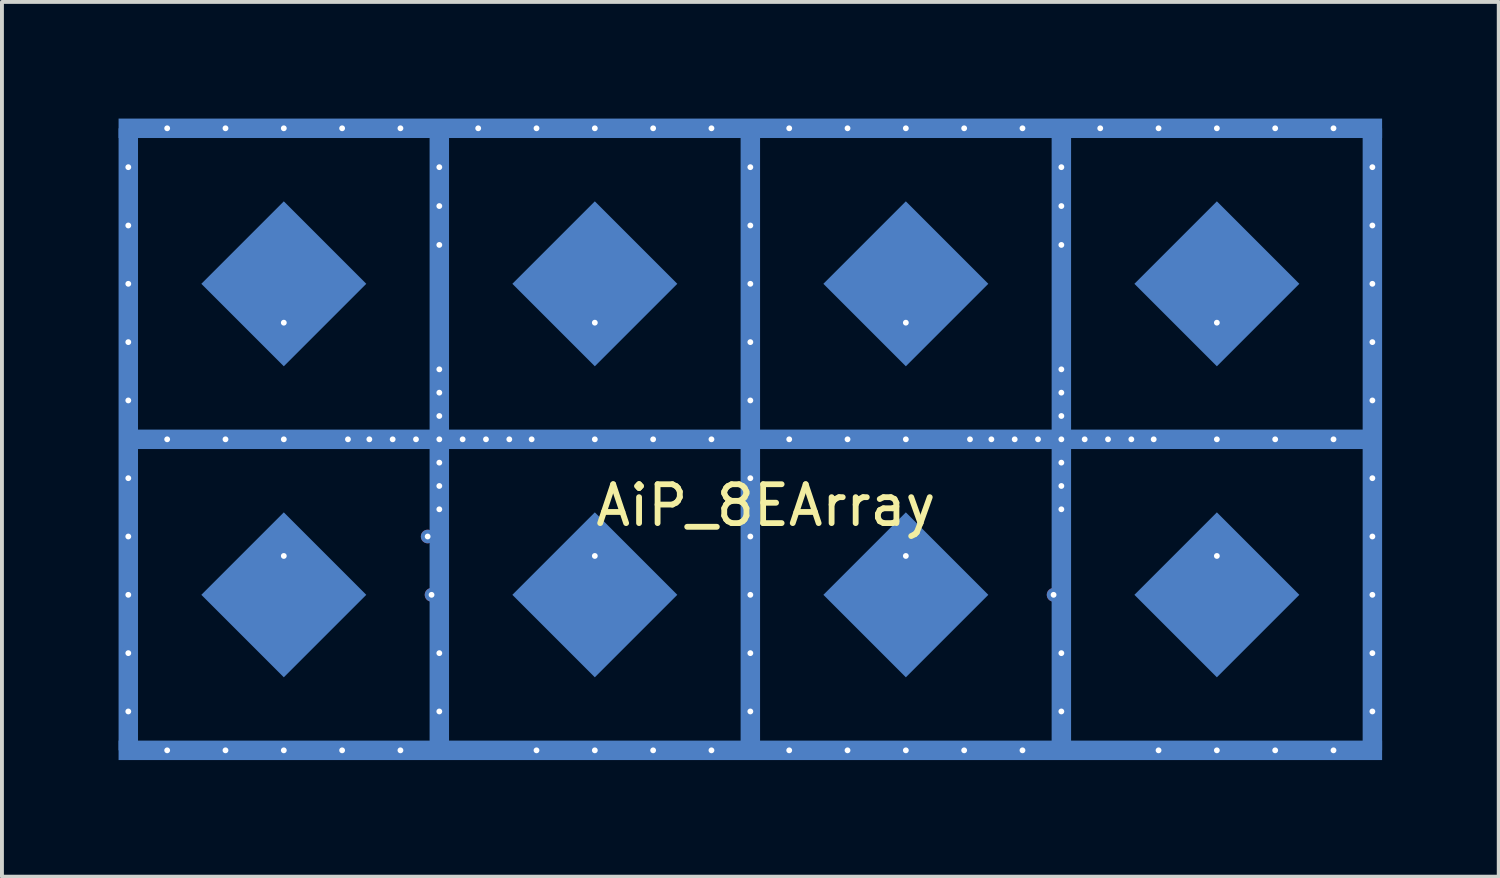
<source format=kicad_pcb>
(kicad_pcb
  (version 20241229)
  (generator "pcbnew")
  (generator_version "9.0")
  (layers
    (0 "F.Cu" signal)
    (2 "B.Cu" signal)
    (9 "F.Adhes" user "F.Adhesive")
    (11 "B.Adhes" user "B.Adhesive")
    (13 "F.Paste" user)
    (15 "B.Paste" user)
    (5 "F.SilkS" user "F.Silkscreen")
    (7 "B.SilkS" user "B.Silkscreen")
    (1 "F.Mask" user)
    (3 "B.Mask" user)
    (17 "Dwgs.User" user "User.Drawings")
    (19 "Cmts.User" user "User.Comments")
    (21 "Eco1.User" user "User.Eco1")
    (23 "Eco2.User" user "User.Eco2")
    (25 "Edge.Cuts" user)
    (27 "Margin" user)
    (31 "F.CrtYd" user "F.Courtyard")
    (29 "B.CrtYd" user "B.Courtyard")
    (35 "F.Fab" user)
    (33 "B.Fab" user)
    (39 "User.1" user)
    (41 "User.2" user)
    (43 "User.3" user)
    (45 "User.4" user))
  (footprint "AiP_8EArray"
    (layer "F.Cu")
    (at 8.25 8.25)
    (property "Reference" "AiP_8EArray" (at 8.4 1.7 0) (layer "F.SilkS") (effects (font (size 1 1) (thickness 0.15))))
    (attr through_hole)
    (pad "2" thru_hole circle (at -8 -7) (size 0.35 0.35) (drill 0.15) (layers "*.Cu" "*.Mask"))
    (pad "2" thru_hole circle (at -8 -5.5) (size 0.35 0.35) (drill 0.15) (layers "*.Cu" "*.Mask"))
    (pad "2" thru_hole circle (at -8 -4) (size 0.35 0.35) (drill 0.15) (layers "*.Cu" "*.Mask"))
    (pad "2" thru_hole circle (at -8 -2.5) (size 0.35 0.35) (drill 0.15) (layers "*.Cu" "*.Mask"))
    (pad "2" thru_hole circle (at -8 -1) (size 0.35 0.35) (drill 0.15) (layers "*.Cu" "*.Mask"))
    (pad "2" smd rect (at -8 0) (size 0.5 16) (layers "B.Cu"))
    (pad "2" thru_hole circle (at -8 1) (size 0.35 0.35) (drill 0.15) (layers "*.Cu" "*.Mask"))
    (pad "2" thru_hole circle (at -8 2.5) (size 0.35 0.35) (drill 0.15) (layers "*.Cu" "*.Mask"))
    (pad "2" thru_hole circle (at -8 4) (size 0.35 0.35) (drill 0.15) (layers "*.Cu" "*.Mask"))
    (pad "2" thru_hole circle (at -8 5.5) (size 0.35 0.35) (drill 0.15) (layers "*.Cu" "*.Mask"))
    (pad "2" thru_hole circle (at -8 7) (size 0.35 0.35) (drill 0.15) (layers "*.Cu" "*.Mask"))
    (pad "2" thru_hole circle (at -7 -8) (size 0.35 0.35) (drill 0.15) (layers "*.Cu" "*.Mask"))
    (pad "2" thru_hole circle (at -7 0) (size 0.35 0.35) (drill 0.15) (layers "*.Cu" "*.Mask"))
    (pad "2" thru_hole circle (at -7 8) (size 0.35 0.35) (drill 0.15) (layers "*.Cu" "*.Mask"))
    (pad "2" thru_hole circle (at -5.5 -8) (size 0.35 0.35) (drill 0.15) (layers "*.Cu" "*.Mask"))
    (pad "2" thru_hole circle (at -5.5 0) (size 0.35 0.35) (drill 0.15) (layers "*.Cu" "*.Mask"))
    (pad "2" thru_hole circle (at -5.5 8) (size 0.35 0.35) (drill 0.15) (layers "*.Cu" "*.Mask"))
    (pad "2" thru_hole circle (at -4 -8) (size 0.35 0.35) (drill 0.15) (layers "*.Cu" "*.Mask"))
    (pad "2" thru_hole circle (at -4 0) (size 0.35 0.35) (drill 0.15) (layers "*.Cu" "*.Mask"))
    (pad "2" thru_hole circle (at -4 8) (size 0.35 0.35) (drill 0.15) (layers "*.Cu" "*.Mask"))
    (pad "2" thru_hole circle (at -2.5 -8) (size 0.35 0.35) (drill 0.15) (layers "*.Cu" "*.Mask"))
    (pad "2" thru_hole circle (at -2.5 8) (size 0.35 0.35) (drill 0.15) (layers "*.Cu" "*.Mask"))
    (pad "2" thru_hole circle (at -2.35 0) (size 0.35 0.35) (drill 0.15) (layers "*.Cu" "*.Mask"))
    (pad "2" thru_hole circle (at -1.8 0) (size 0.35 0.35) (drill 0.15) (layers "*.Cu" "*.Mask"))
    (pad "2" thru_hole circle (at -1.2 0) (size 0.35 0.35) (drill 0.15) (layers "*.Cu" "*.Mask"))
    (pad "2" thru_hole circle (at -1 -8) (size 0.35 0.35) (drill 0.15) (layers "*.Cu" "*.Mask"))
    (pad "2" thru_hole circle (at -1 8) (size 0.35 0.35) (drill 0.15) (layers "*.Cu" "*.Mask"))
    (pad "2" thru_hole circle (at -0.6 0) (size 0.35 0.35) (drill 0.15) (layers "*.Cu" "*.Mask"))
    (pad "2" thru_hole circle (at -0.3 2.5) (size 0.35 0.35) (drill 0.15) (layers "*.Cu" "*.Mask"))
    (pad "2" thru_hole circle (at -0.2 4) (size 0.35 0.35) (drill 0.15) (layers "*.Cu" "*.Mask"))
    (pad "2" thru_hole circle (at 0 -7) (size 0.35 0.35) (drill 0.15) (layers "*.Cu" "*.Mask"))
    (pad "2" thru_hole circle (at 0 -6) (size 0.35 0.35) (drill 0.15) (layers "*.Cu" "*.Mask"))
    (pad "2" thru_hole circle (at 0 -5) (size 0.35 0.35) (drill 0.15) (layers "*.Cu" "*.Mask"))
    (pad "2" thru_hole circle (at 0 -1.8) (size 0.35 0.35) (drill 0.15) (layers "*.Cu" "*.Mask"))
    (pad "2" thru_hole circle (at 0 -1.2) (size 0.35 0.35) (drill 0.15) (layers "*.Cu" "*.Mask"))
    (pad "2" thru_hole circle (at 0 -0.6) (size 0.35 0.35) (drill 0.15) (layers "*.Cu" "*.Mask"))
    (pad "2" thru_hole circle (at 0 0) (size 0.35 0.35) (drill 0.15) (layers "*.Cu" "*.Mask"))
    (pad "2" smd rect (at 0 0) (size 0.5 16) (layers "B.Cu"))
    (pad "2" thru_hole circle (at 0 0.6) (size 0.35 0.35) (drill 0.15) (layers "*.Cu" "*.Mask"))
    (pad "2" thru_hole circle (at 0 1.2) (size 0.35 0.35) (drill 0.15) (layers "*.Cu" "*.Mask"))
    (pad "2" thru_hole circle (at 0 1.8) (size 0.35 0.35) (drill 0.15) (layers "*.Cu" "*.Mask"))
    (pad "2" thru_hole circle (at 0 5.5) (size 0.35 0.35) (drill 0.15) (layers "*.Cu" "*.Mask"))
    (pad "2" thru_hole circle (at 0 7) (size 0.35 0.35) (drill 0.15) (layers "*.Cu" "*.Mask"))
    (pad "2" thru_hole circle (at 0.6 0) (size 0.35 0.35) (drill 0.15) (layers "*.Cu" "*.Mask"))
    (pad "2" thru_hole circle (at 1 -8) (size 0.35 0.35) (drill 0.15) (layers "*.Cu" "*.Mask"))
    (pad "2" thru_hole circle (at 1.2 0) (size 0.35 0.35) (drill 0.15) (layers "*.Cu" "*.Mask"))
    (pad "2" thru_hole circle (at 1.8 0) (size 0.35 0.35) (drill 0.15) (layers "*.Cu" "*.Mask"))
    (pad "2" thru_hole circle (at 2.375 0) (size 0.35 0.35) (drill 0.15) (layers "*.Cu" "*.Mask"))
    (pad "2" thru_hole circle (at 2.5 -8) (size 0.35 0.35) (drill 0.15) (layers "*.Cu" "*.Mask"))
    (pad "2" thru_hole circle (at 2.5 8) (size 0.35 0.35) (drill 0.15) (layers "*.Cu" "*.Mask"))
    (pad "2" thru_hole circle (at 4 -8) (size 0.35 0.35) (drill 0.15) (layers "*.Cu" "*.Mask"))
    (pad "2" thru_hole circle (at 4 0) (size 0.35 0.35) (drill 0.15) (layers "*.Cu" "*.Mask"))
    (pad "2" thru_hole circle (at 4 8) (size 0.35 0.35) (drill 0.15) (layers "*.Cu" "*.Mask"))
    (pad "2" thru_hole circle (at 5.5 -8) (size 0.35 0.35) (drill 0.15) (layers "*.Cu" "*.Mask"))
    (pad "2" thru_hole circle (at 5.5 0) (size 0.35 0.35) (drill 0.15) (layers "*.Cu" "*.Mask"))
    (pad "2" thru_hole circle (at 5.5 8) (size 0.35 0.35) (drill 0.15) (layers "*.Cu" "*.Mask"))
    (pad "2" thru_hole circle (at 7 -8) (size 0.35 0.35) (drill 0.15) (layers "*.Cu" "*.Mask"))
    (pad "2" thru_hole circle (at 7 0) (size 0.35 0.35) (drill 0.15) (layers "*.Cu" "*.Mask"))
    (pad "2" thru_hole circle (at 7 8) (size 0.35 0.35) (drill 0.15) (layers "*.Cu" "*.Mask"))
    (pad "2" smd rect (at 8 -8) (size 32.5 0.5) (layers "B.Cu"))
    (pad "2" thru_hole circle (at 8 -7) (size 0.35 0.35) (drill 0.15) (layers "*.Cu" "*.Mask"))
    (pad "2" thru_hole circle (at 8 -5.5) (size 0.35 0.35) (drill 0.15) (layers "*.Cu" "*.Mask"))
    (pad "2" thru_hole circle (at 8 -4) (size 0.35 0.35) (drill 0.15) (layers "*.Cu" "*.Mask"))
    (pad "2" thru_hole circle (at 8 -2.5) (size 0.35 0.35) (drill 0.15) (layers "*.Cu" "*.Mask"))
    (pad "2" thru_hole circle (at 8 -1) (size 0.35 0.35) (drill 0.15) (layers "*.Cu" "*.Mask"))
    (pad "2" smd rect (at 8 0) (size 0.5 16) (layers "B.Cu"))
    (pad "2" smd rect (at 8 0) (size 32 0.5) (layers "B.Cu"))
    (pad "2" thru_hole circle (at 8 1) (size 0.35 0.35) (drill 0.15) (layers "*.Cu" "*.Mask"))
    (pad "2" thru_hole circle (at 8 2.5) (size 0.35 0.35) (drill 0.15) (layers "*.Cu" "*.Mask"))
    (pad "2" thru_hole circle (at 8 4) (size 0.35 0.35) (drill 0.15) (layers "*.Cu" "*.Mask"))
    (pad "2" thru_hole circle (at 8 5.5) (size 0.35 0.35) (drill 0.15) (layers "*.Cu" "*.Mask"))
    (pad "2" thru_hole circle (at 8 7) (size 0.35 0.35) (drill 0.15) (layers "*.Cu" "*.Mask"))
    (pad "2" smd rect (at 8 8) (size 32.5 0.5) (layers "B.Cu"))
    (pad "2" thru_hole circle (at 9 -8) (size 0.35 0.35) (drill 0.15) (layers "*.Cu" "*.Mask"))
    (pad "2" thru_hole circle (at 9 0) (size 0.35 0.35) (drill 0.15) (layers "*.Cu" "*.Mask"))
    (pad "2" thru_hole circle (at 9 8) (size 0.35 0.35) (drill 0.15) (layers "*.Cu" "*.Mask"))
    (pad "2" thru_hole circle (at 10.5 -8) (size 0.35 0.35) (drill 0.15) (layers "*.Cu" "*.Mask"))
    (pad "2" thru_hole circle (at 10.5 0) (size 0.35 0.35) (drill 0.15) (layers "*.Cu" "*.Mask"))
    (pad "2" thru_hole circle (at 10.5 8) (size 0.35 0.35) (drill 0.15) (layers "*.Cu" "*.Mask"))
    (pad "2" thru_hole circle (at 12 -8) (size 0.35 0.35) (drill 0.15) (layers "*.Cu" "*.Mask"))
    (pad "2" thru_hole circle (at 12 0) (size 0.35 0.35) (drill 0.15) (layers "*.Cu" "*.Mask"))
    (pad "2" thru_hole circle (at 12 8) (size 0.35 0.35) (drill 0.15) (layers "*.Cu" "*.Mask"))
    (pad "2" thru_hole circle (at 13.5 -8) (size 0.35 0.35) (drill 0.15) (layers "*.Cu" "*.Mask"))
    (pad "2" thru_hole circle (at 13.5 8) (size 0.35 0.35) (drill 0.15) (layers "*.Cu" "*.Mask"))
    (pad "2" thru_hole circle (at 13.65 0) (size 0.35 0.35) (drill 0.15) (layers "*.Cu" "*.Mask"))
    (pad "2" thru_hole circle (at 14.2 0) (size 0.35 0.35) (drill 0.15) (layers "*.Cu" "*.Mask"))
    (pad "2" thru_hole circle (at 14.8 0) (size 0.35 0.35) (drill 0.15) (layers "*.Cu" "*.Mask"))
    (pad "2" thru_hole circle (at 15 -8) (size 0.35 0.35) (drill 0.15) (layers "*.Cu" "*.Mask"))
    (pad "2" thru_hole circle (at 15 8) (size 0.35 0.35) (drill 0.15) (layers "*.Cu" "*.Mask"))
    (pad "2" thru_hole circle (at 15.4 0) (size 0.35 0.35) (drill 0.15) (layers "*.Cu" "*.Mask"))
    (pad "2" thru_hole circle (at 15.8 4) (size 0.35 0.35) (drill 0.15) (layers "*.Cu" "*.Mask"))
    (pad "2" thru_hole circle (at 16 -7) (size 0.35 0.35) (drill 0.15) (layers "*.Cu" "*.Mask"))
    (pad "2" thru_hole circle (at 16 -6) (size 0.35 0.35) (drill 0.15) (layers "*.Cu" "*.Mask"))
    (pad "2" thru_hole circle (at 16 -5) (size 0.35 0.35) (drill 0.15) (layers "*.Cu" "*.Mask"))
    (pad "2" thru_hole circle (at 16 -1.8) (size 0.35 0.35) (drill 0.15) (layers "*.Cu" "*.Mask"))
    (pad "2" thru_hole circle (at 16 -1.2) (size 0.35 0.35) (drill 0.15) (layers "*.Cu" "*.Mask"))
    (pad "2" thru_hole circle (at 16 -0.6) (size 0.35 0.35) (drill 0.15) (layers "*.Cu" "*.Mask"))
    (pad "2" thru_hole circle (at 16 0) (size 0.35 0.35) (drill 0.15) (layers "*.Cu" "*.Mask"))
    (pad "2" smd rect (at 16 0) (size 0.5 16) (layers "B.Cu"))
    (pad "2" thru_hole circle (at 16 0.6) (size 0.35 0.35) (drill 0.15) (layers "*.Cu" "*.Mask"))
    (pad "2" thru_hole circle (at 16 1.2) (size 0.35 0.35) (drill 0.15) (layers "*.Cu" "*.Mask"))
    (pad "2" thru_hole circle (at 16 1.8) (size 0.35 0.35) (drill 0.15) (layers "*.Cu" "*.Mask"))
    (pad "2" thru_hole circle (at 16 5.5) (size 0.35 0.35) (drill 0.15) (layers "*.Cu" "*.Mask"))
    (pad "2" thru_hole circle (at 16 7) (size 0.35 0.35) (drill 0.15) (layers "*.Cu" "*.Mask"))
    (pad "2" thru_hole circle (at 16.6 0) (size 0.35 0.35) (drill 0.15) (layers "*.Cu" "*.Mask"))
    (pad "2" thru_hole circle (at 17 -8) (size 0.35 0.35) (drill 0.15) (layers "*.Cu" "*.Mask"))
    (pad "2" thru_hole circle (at 17.2 0) (size 0.35 0.35) (drill 0.15) (layers "*.Cu" "*.Mask"))
    (pad "2" thru_hole circle (at 17.8 0) (size 0.35 0.35) (drill 0.15) (layers "*.Cu" "*.Mask"))
    (pad "2" thru_hole circle (at 18.375 0) (size 0.35 0.35) (drill 0.15) (layers "*.Cu" "*.Mask"))
    (pad "2" thru_hole circle (at 18.5 -8) (size 0.35 0.35) (drill 0.15) (layers "*.Cu" "*.Mask"))
    (pad "2" thru_hole circle (at 18.5 8) (size 0.35 0.35) (drill 0.15) (layers "*.Cu" "*.Mask"))
    (pad "2" thru_hole circle (at 20 -8) (size 0.35 0.35) (drill 0.15) (layers "*.Cu" "*.Mask"))
    (pad "2" thru_hole circle (at 20 0) (size 0.35 0.35) (drill 0.15) (layers "*.Cu" "*.Mask"))
    (pad "2" thru_hole circle (at 20 8) (size 0.35 0.35) (drill 0.15) (layers "*.Cu" "*.Mask"))
    (pad "2" thru_hole circle (at 21.5 -8) (size 0.35 0.35) (drill 0.15) (layers "*.Cu" "*.Mask"))
    (pad "2" thru_hole circle (at 21.5 0) (size 0.35 0.35) (drill 0.15) (layers "*.Cu" "*.Mask"))
    (pad "2" thru_hole circle (at 21.5 8) (size 0.35 0.35) (drill 0.15) (layers "*.Cu" "*.Mask"))
    (pad "2" thru_hole circle (at 23 -8) (size 0.35 0.35) (drill 0.15) (layers "*.Cu" "*.Mask"))
    (pad "2" thru_hole circle (at 23 0) (size 0.35 0.35) (drill 0.15) (layers "*.Cu" "*.Mask"))
    (pad "2" thru_hole circle (at 23 8) (size 0.35 0.35) (drill 0.15) (layers "*.Cu" "*.Mask"))
    (pad "2" thru_hole circle (at 24 -7) (size 0.35 0.35) (drill 0.15) (layers "*.Cu" "*.Mask"))
    (pad "2" thru_hole circle (at 24 -5.5) (size 0.35 0.35) (drill 0.15) (layers "*.Cu" "*.Mask"))
    (pad "2" thru_hole circle (at 24 -4) (size 0.35 0.35) (drill 0.15) (layers "*.Cu" "*.Mask"))
    (pad "2" thru_hole circle (at 24 -2.5) (size 0.35 0.35) (drill 0.15) (layers "*.Cu" "*.Mask"))
    (pad "2" thru_hole circle (at 24 -1) (size 0.35 0.35) (drill 0.15) (layers "*.Cu" "*.Mask"))
    (pad "2" smd rect (at 24 0) (size 0.5 16) (layers "B.Cu"))
    (pad "2" thru_hole circle (at 24 1) (size 0.35 0.35) (drill 0.15) (layers "*.Cu" "*.Mask"))
    (pad "2" thru_hole circle (at 24 2.5) (size 0.35 0.35) (drill 0.15) (layers "*.Cu" "*.Mask"))
    (pad "2" thru_hole circle (at 24 4) (size 0.35 0.35) (drill 0.15) (layers "*.Cu" "*.Mask"))
    (pad "2" thru_hole circle (at 24 5.5) (size 0.35 0.35) (drill 0.15) (layers "*.Cu" "*.Mask"))
    (pad "2" thru_hole circle (at 24 7) (size 0.35 0.35) (drill 0.15) (layers "*.Cu" "*.Mask"))
    (pad "4" smd rect (at -4 -4 45) (size 3 3) (layers "B.Cu" "B.Mask" "B.Paste"))
    (pad "4" thru_hole circle (at -4 -3) (size 0.35 0.35) (drill 0.15) (layers "*.Cu" "*.Mask"))
    (pad "4" smd rect (at 12 -4 45) (size 3 3) (layers "B.Cu" "B.Mask" "B.Paste"))
    (pad "4" thru_hole circle (at 12 -3) (size 0.35 0.35) (drill 0.15) (layers "*.Cu" "*.Mask"))
    (pad "9" thru_hole circle (at -4 3) (size 0.35 0.35) (drill 0.15) (layers "*.Cu" "*.Mask"))
    (pad "9" smd rect (at -4 4 45) (size 3 3) (layers "B.Cu" "B.Mask" "B.Paste"))
    (pad "9" thru_hole circle (at 12 3) (size 0.35 0.35) (drill 0.15) (layers "*.Cu" "*.Mask"))
    (pad "9" smd rect (at 12 4 45) (size 3 3) (layers "B.Cu" "B.Mask" "B.Paste"))
    (pad "28" thru_hole circle (at 4 3) (size 0.35 0.35) (drill 0.15) (layers "*.Cu" "*.Mask"))
    (pad "28" smd rect (at 4 4 45) (size 3 3) (layers "B.Cu" "B.Mask" "B.Paste"))
    (pad "28" thru_hole circle (at 20 3) (size 0.35 0.35) (drill 0.15) (layers "*.Cu" "*.Mask"))
    (pad "28" smd rect (at 20 4 45) (size 3 3) (layers "B.Cu" "B.Mask" "B.Paste"))
    (pad "33" smd rect (at 4 -4 45) (size 3 3) (layers "B.Cu" "B.Mask" "B.Paste"))
    (pad "33" thru_hole circle (at 4 -3) (size 0.35 0.35) (drill 0.15) (layers "*.Cu" "*.Mask"))
    (pad "33" smd rect (at 20 -4 45) (size 3 3) (layers "B.Cu" "B.Mask" "B.Paste"))
    (pad "33" thru_hole circle (at 20 -3) (size 0.35 0.35) (drill 0.15) (layers "*.Cu" "*.Mask")))
  (gr_rect
    (start -3 -3)
    (end 35.5 19.5)
    (stroke (width 0.1) (type default))
    (fill no)
    (layer "Edge.Cuts")))
</source>
